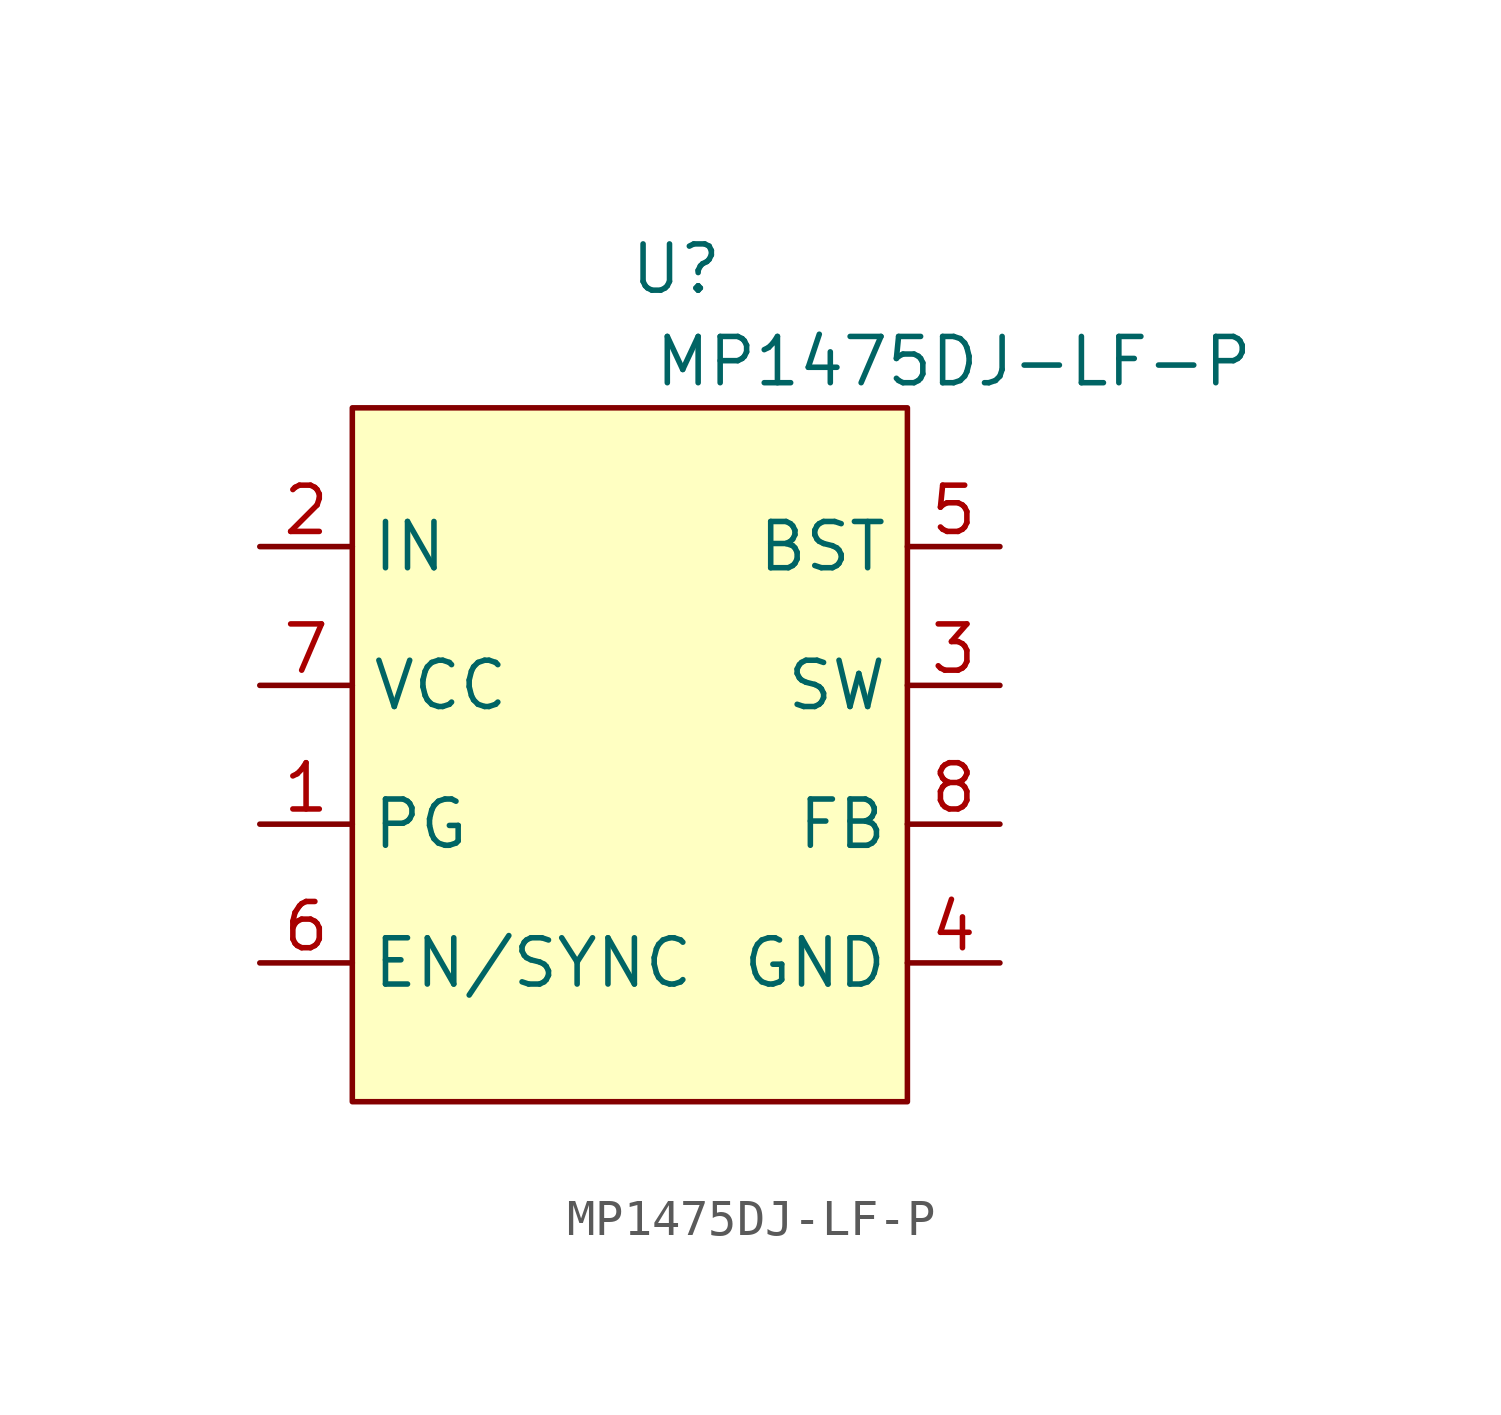
<source format=kicad_sym>
(kicad_symbol_lib
  (version 20220914)
  (generator kicad_symbol_editor)
  (symbol "MP1475DJ-LF-P"
    (property "Reference" "U"
      (at 1.27 1.27 0)
      (effects (font (size 1.27 1.27))))
    (property "Value" "MP1475DJ-LF-P"
      (at 8.89 -1.27 0)
      (effects (font (size 1.27 1.27))))
    (symbol "MP1475DJ-LF-P_1_1"
      (rectangle (start -7.62 -2.54) (end 7.62 -21.59) (stroke (width 0) (type default)) (fill (type background)))
      (pin output line (at -10.16 -13.97 0) (length 2.54) (name "PG" (effects (font (size 1.27 1.27)))) (number "1" (effects (font (size 1.27 1.27)))))
      (pin power_in line (at -10.16 -6.35 0) (length 2.54) (name "IN" (effects (font (size 1.27 1.27)))) (number "2" (effects (font (size 1.27 1.27)))))
      (pin bidirectional line (at 10.16 -10.16 180) (length 2.54) (name "SW" (effects (font (size 1.27 1.27)))) (number "3" (effects (font (size 1.27 1.27)))))
      (pin power_in line (at 10.16 -17.78 180) (length 2.54) (name "GND" (effects (font (size 1.27 1.27)))) (number "4" (effects (font (size 1.27 1.27)))))
      (pin bidirectional line (at 10.16 -6.35 180) (length 2.54) (name "BST" (effects (font (size 1.27 1.27)))) (number "5" (effects (font (size 1.27 1.27)))))
      (pin input line (at -10.16 -17.78 0) (length 2.54) (name "EN/SYNC" (effects (font (size 1.27 1.27)))) (number "6" (effects (font (size 1.27 1.27)))))
      (pin power_in line (at -10.16 -10.16 0) (length 2.54) (name "VCC" (effects (font (size 1.27 1.27)))) (number "7" (effects (font (size 1.27 1.27)))))
      (pin input line (at 10.16 -13.97 180) (length 2.54) (name "FB" (effects (font (size 1.27 1.27)))) (number "8" (effects (font (size 1.27 1.27))))))))
</source>
